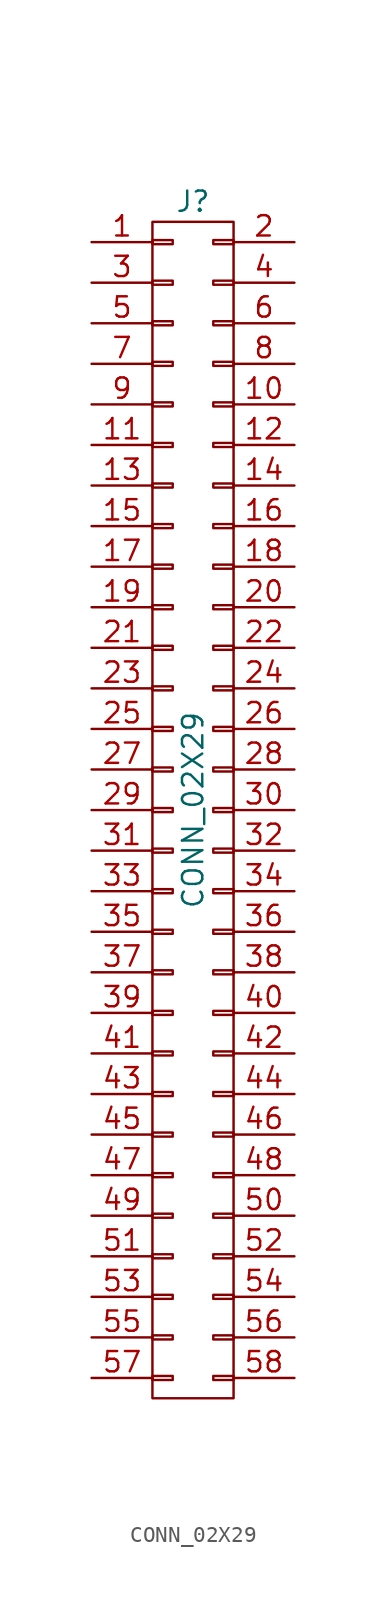
<source format=kicad_sym>
(kicad_symbol_lib
  (version 20211014)
  (generator kicad_symbol_editor)
  (symbol "CONN_02X29"
    (pin_names
      (offset 0.025) hide)
    (property "Reference" "J"
      (at 0 38.1 0)
      (effects (font (size 1.27 1.27))))
    (property "Value" "CONN_02X29"
      (at 0 0 90)
      (effects (font (size 1.27 1.27))))
    (symbol "CONN_02X29_0_1"
      (rectangle (start -2.54 -35.433) (end -1.27 -35.687) (stroke (width 0) (type default) (color 0 0 0 0)) (fill (type none)))
      (rectangle (start -2.54 -32.893) (end -1.27 -33.147) (stroke (width 0) (type default) (color 0 0 0 0)) (fill (type none)))
      (rectangle (start -2.54 -30.353) (end -1.27 -30.607) (stroke (width 0) (type default) (color 0 0 0 0)) (fill (type none)))
      (rectangle (start -2.54 -27.813) (end -1.27 -28.067) (stroke (width 0) (type default) (color 0 0 0 0)) (fill (type none)))
      (rectangle (start -2.54 -25.273) (end -1.27 -25.527) (stroke (width 0) (type default) (color 0 0 0 0)) (fill (type none)))
      (rectangle (start -2.54 -22.733) (end -1.27 -22.987) (stroke (width 0) (type default) (color 0 0 0 0)) (fill (type none)))
      (rectangle (start -2.54 -20.193) (end -1.27 -20.447) (stroke (width 0) (type default) (color 0 0 0 0)) (fill (type none)))
      (rectangle (start -2.54 -17.653) (end -1.27 -17.907) (stroke (width 0) (type default) (color 0 0 0 0)) (fill (type none)))
      (rectangle (start -2.54 -15.113) (end -1.27 -15.367) (stroke (width 0) (type default) (color 0 0 0 0)) (fill (type none)))
      (rectangle (start -2.54 -12.573) (end -1.27 -12.827) (stroke (width 0) (type default) (color 0 0 0 0)) (fill (type none)))
      (rectangle (start -2.54 -10.033) (end -1.27 -10.287) (stroke (width 0) (type default) (color 0 0 0 0)) (fill (type none)))
      (rectangle (start -2.54 -7.493) (end -1.27 -7.747) (stroke (width 0) (type default) (color 0 0 0 0)) (fill (type none)))
      (rectangle (start -2.54 -4.953) (end -1.27 -5.207) (stroke (width 0) (type default) (color 0 0 0 0)) (fill (type none)))
      (rectangle (start -2.54 -2.413) (end -1.27 -2.667) (stroke (width 0) (type default) (color 0 0 0 0)) (fill (type none)))
      (rectangle (start -2.54 0.127) (end -1.27 -0.127) (stroke (width 0) (type default) (color 0 0 0 0)) (fill (type none)))
      (rectangle (start -2.54 2.667) (end -1.27 2.413) (stroke (width 0) (type default) (color 0 0 0 0)) (fill (type none)))
      (rectangle (start -2.54 5.207) (end -1.27 4.953) (stroke (width 0) (type default) (color 0 0 0 0)) (fill (type none)))
      (rectangle (start -2.54 7.747) (end -1.27 7.493) (stroke (width 0) (type default) (color 0 0 0 0)) (fill (type none)))
      (rectangle (start -2.54 10.287) (end -1.27 10.033) (stroke (width 0) (type default) (color 0 0 0 0)) (fill (type none)))
      (rectangle (start -2.54 12.827) (end -1.27 12.573) (stroke (width 0) (type default) (color 0 0 0 0)) (fill (type none)))
      (rectangle (start -2.54 15.367) (end -1.27 15.113) (stroke (width 0) (type default) (color 0 0 0 0)) (fill (type none)))
      (rectangle (start -2.54 17.907) (end -1.27 17.653) (stroke (width 0) (type default) (color 0 0 0 0)) (fill (type none)))
      (rectangle (start -2.54 20.447) (end -1.27 20.193) (stroke (width 0) (type default) (color 0 0 0 0)) (fill (type none)))
      (rectangle (start -2.54 22.987) (end -1.27 22.733) (stroke (width 0) (type default) (color 0 0 0 0)) (fill (type none)))
      (rectangle (start -2.54 25.527) (end -1.27 25.273) (stroke (width 0) (type default) (color 0 0 0 0)) (fill (type none)))
      (rectangle (start -2.54 28.067) (end -1.27 27.813) (stroke (width 0) (type default) (color 0 0 0 0)) (fill (type none)))
      (rectangle (start -2.54 30.607) (end -1.27 30.353) (stroke (width 0) (type default) (color 0 0 0 0)) (fill (type none)))
      (rectangle (start -2.54 33.147) (end -1.27 32.893) (stroke (width 0) (type default) (color 0 0 0 0)) (fill (type none)))
      (rectangle (start -2.54 35.687) (end -1.27 35.433) (stroke (width 0) (type default) (color 0 0 0 0)) (fill (type none)))
      (rectangle (start -2.54 36.83) (end 2.54 -36.83) (stroke (width 0) (type default) (color 0 0 0 0)) (fill (type none)))
      (rectangle (start 1.27 -35.433) (end 2.54 -35.687) (stroke (width 0) (type default) (color 0 0 0 0)) (fill (type none)))
      (rectangle (start 1.27 -32.893) (end 2.54 -33.147) (stroke (width 0) (type default) (color 0 0 0 0)) (fill (type none)))
      (rectangle (start 1.27 -30.353) (end 2.54 -30.607) (stroke (width 0) (type default) (color 0 0 0 0)) (fill (type none)))
      (rectangle (start 1.27 -27.813) (end 2.54 -28.067) (stroke (width 0) (type default) (color 0 0 0 0)) (fill (type none)))
      (rectangle (start 1.27 -25.273) (end 2.54 -25.527) (stroke (width 0) (type default) (color 0 0 0 0)) (fill (type none)))
      (rectangle (start 1.27 -22.733) (end 2.54 -22.987) (stroke (width 0) (type default) (color 0 0 0 0)) (fill (type none)))
      (rectangle (start 1.27 -20.193) (end 2.54 -20.447) (stroke (width 0) (type default) (color 0 0 0 0)) (fill (type none)))
      (rectangle (start 1.27 -17.653) (end 2.54 -17.907) (stroke (width 0) (type default) (color 0 0 0 0)) (fill (type none)))
      (rectangle (start 1.27 -15.113) (end 2.54 -15.367) (stroke (width 0) (type default) (color 0 0 0 0)) (fill (type none)))
      (rectangle (start 1.27 -12.573) (end 2.54 -12.827) (stroke (width 0) (type default) (color 0 0 0 0)) (fill (type none)))
      (rectangle (start 1.27 -10.033) (end 2.54 -10.287) (stroke (width 0) (type default) (color 0 0 0 0)) (fill (type none)))
      (rectangle (start 1.27 -7.493) (end 2.54 -7.747) (stroke (width 0) (type default) (color 0 0 0 0)) (fill (type none)))
      (rectangle (start 1.27 -4.953) (end 2.54 -5.207) (stroke (width 0) (type default) (color 0 0 0 0)) (fill (type none)))
      (rectangle (start 1.27 -2.413) (end 2.54 -2.667) (stroke (width 0) (type default) (color 0 0 0 0)) (fill (type none)))
      (rectangle (start 1.27 0.127) (end 2.54 -0.127) (stroke (width 0) (type default) (color 0 0 0 0)) (fill (type none)))
      (rectangle (start 1.27 2.667) (end 2.54 2.413) (stroke (width 0) (type default) (color 0 0 0 0)) (fill (type none)))
      (rectangle (start 1.27 5.207) (end 2.54 4.953) (stroke (width 0) (type default) (color 0 0 0 0)) (fill (type none)))
      (rectangle (start 1.27 7.747) (end 2.54 7.493) (stroke (width 0) (type default) (color 0 0 0 0)) (fill (type none)))
      (rectangle (start 1.27 10.287) (end 2.54 10.033) (stroke (width 0) (type default) (color 0 0 0 0)) (fill (type none)))
      (rectangle (start 1.27 12.827) (end 2.54 12.573) (stroke (width 0) (type default) (color 0 0 0 0)) (fill (type none)))
      (rectangle (start 1.27 15.367) (end 2.54 15.113) (stroke (width 0) (type default) (color 0 0 0 0)) (fill (type none)))
      (rectangle (start 1.27 17.907) (end 2.54 17.653) (stroke (width 0) (type default) (color 0 0 0 0)) (fill (type none)))
      (rectangle (start 1.27 20.447) (end 2.54 20.193) (stroke (width 0) (type default) (color 0 0 0 0)) (fill (type none)))
      (rectangle (start 1.27 22.987) (end 2.54 22.733) (stroke (width 0) (type default) (color 0 0 0 0)) (fill (type none)))
      (rectangle (start 1.27 25.527) (end 2.54 25.273) (stroke (width 0) (type default) (color 0 0 0 0)) (fill (type none)))
      (rectangle (start 1.27 28.067) (end 2.54 27.813) (stroke (width 0) (type default) (color 0 0 0 0)) (fill (type none)))
      (rectangle (start 1.27 30.607) (end 2.54 30.353) (stroke (width 0) (type default) (color 0 0 0 0)) (fill (type none)))
      (rectangle (start 1.27 33.147) (end 2.54 32.893) (stroke (width 0) (type default) (color 0 0 0 0)) (fill (type none)))
      (rectangle (start 1.27 35.687) (end 2.54 35.433) (stroke (width 0) (type default) (color 0 0 0 0)) (fill (type none))))
    (symbol "CONN_02X29_1_1"
      (pin passive line (at -6.35 35.56 0) (length 3.81) (name "P1" (effects (font (size 1.27 1.27)))) (number "1" (effects (font (size 1.27 1.27)))))
      (pin passive line (at 6.35 25.4 180) (length 3.81) (name "P10" (effects (font (size 1.27 1.27)))) (number "10" (effects (font (size 1.27 1.27)))))
      (pin passive line (at -6.35 22.86 0) (length 3.81) (name "P11" (effects (font (size 1.27 1.27)))) (number "11" (effects (font (size 1.27 1.27)))))
      (pin passive line (at 6.35 22.86 180) (length 3.81) (name "P12" (effects (font (size 1.27 1.27)))) (number "12" (effects (font (size 1.27 1.27)))))
      (pin passive line (at -6.35 20.32 0) (length 3.81) (name "P13" (effects (font (size 1.27 1.27)))) (number "13" (effects (font (size 1.27 1.27)))))
      (pin passive line (at 6.35 20.32 180) (length 3.81) (name "P14" (effects (font (size 1.27 1.27)))) (number "14" (effects (font (size 1.27 1.27)))))
      (pin passive line (at -6.35 17.78 0) (length 3.81) (name "P15" (effects (font (size 1.27 1.27)))) (number "15" (effects (font (size 1.27 1.27)))))
      (pin passive line (at 6.35 17.78 180) (length 3.81) (name "P16" (effects (font (size 1.27 1.27)))) (number "16" (effects (font (size 1.27 1.27)))))
      (pin passive line (at -6.35 15.24 0) (length 3.81) (name "P17" (effects (font (size 1.27 1.27)))) (number "17" (effects (font (size 1.27 1.27)))))
      (pin passive line (at 6.35 15.24 180) (length 3.81) (name "P18" (effects (font (size 1.27 1.27)))) (number "18" (effects (font (size 1.27 1.27)))))
      (pin passive line (at -6.35 12.7 0) (length 3.81) (name "P19" (effects (font (size 1.27 1.27)))) (number "19" (effects (font (size 1.27 1.27)))))
      (pin passive line (at 6.35 35.56 180) (length 3.81) (name "P2" (effects (font (size 1.27 1.27)))) (number "2" (effects (font (size 1.27 1.27)))))
      (pin passive line (at 6.35 12.7 180) (length 3.81) (name "P20" (effects (font (size 1.27 1.27)))) (number "20" (effects (font (size 1.27 1.27)))))
      (pin passive line (at -6.35 10.16 0) (length 3.81) (name "P21" (effects (font (size 1.27 1.27)))) (number "21" (effects (font (size 1.27 1.27)))))
      (pin passive line (at 6.35 10.16 180) (length 3.81) (name "P22" (effects (font (size 1.27 1.27)))) (number "22" (effects (font (size 1.27 1.27)))))
      (pin passive line (at -6.35 7.62 0) (length 3.81) (name "P23" (effects (font (size 1.27 1.27)))) (number "23" (effects (font (size 1.27 1.27)))))
      (pin passive line (at 6.35 7.62 180) (length 3.81) (name "P24" (effects (font (size 1.27 1.27)))) (number "24" (effects (font (size 1.27 1.27)))))
      (pin passive line (at -6.35 5.08 0) (length 3.81) (name "P25" (effects (font (size 1.27 1.27)))) (number "25" (effects (font (size 1.27 1.27)))))
      (pin passive line (at 6.35 5.08 180) (length 3.81) (name "P26" (effects (font (size 1.27 1.27)))) (number "26" (effects (font (size 1.27 1.27)))))
      (pin passive line (at -6.35 2.54 0) (length 3.81) (name "P27" (effects (font (size 1.27 1.27)))) (number "27" (effects (font (size 1.27 1.27)))))
      (pin passive line (at 6.35 2.54 180) (length 3.81) (name "P28" (effects (font (size 1.27 1.27)))) (number "28" (effects (font (size 1.27 1.27)))))
      (pin passive line (at -6.35 0 0) (length 3.81) (name "P29" (effects (font (size 1.27 1.27)))) (number "29" (effects (font (size 1.27 1.27)))))
      (pin passive line (at -6.35 33.02 0) (length 3.81) (name "P3" (effects (font (size 1.27 1.27)))) (number "3" (effects (font (size 1.27 1.27)))))
      (pin passive line (at 6.35 0 180) (length 3.81) (name "P30" (effects (font (size 1.27 1.27)))) (number "30" (effects (font (size 1.27 1.27)))))
      (pin passive line (at -6.35 -2.54 0) (length 3.81) (name "P31" (effects (font (size 1.27 1.27)))) (number "31" (effects (font (size 1.27 1.27)))))
      (pin passive line (at 6.35 -2.54 180) (length 3.81) (name "P32" (effects (font (size 1.27 1.27)))) (number "32" (effects (font (size 1.27 1.27)))))
      (pin passive line (at -6.35 -5.08 0) (length 3.81) (name "P33" (effects (font (size 1.27 1.27)))) (number "33" (effects (font (size 1.27 1.27)))))
      (pin passive line (at 6.35 -5.08 180) (length 3.81) (name "P34" (effects (font (size 1.27 1.27)))) (number "34" (effects (font (size 1.27 1.27)))))
      (pin passive line (at -6.35 -7.62 0) (length 3.81) (name "P35" (effects (font (size 1.27 1.27)))) (number "35" (effects (font (size 1.27 1.27)))))
      (pin passive line (at 6.35 -7.62 180) (length 3.81) (name "P36" (effects (font (size 1.27 1.27)))) (number "36" (effects (font (size 1.27 1.27)))))
      (pin passive line (at -6.35 -10.16 0) (length 3.81) (name "P37" (effects (font (size 1.27 1.27)))) (number "37" (effects (font (size 1.27 1.27)))))
      (pin passive line (at 6.35 -10.16 180) (length 3.81) (name "P38" (effects (font (size 1.27 1.27)))) (number "38" (effects (font (size 1.27 1.27)))))
      (pin passive line (at -6.35 -12.7 0) (length 3.81) (name "P39" (effects (font (size 1.27 1.27)))) (number "39" (effects (font (size 1.27 1.27)))))
      (pin passive line (at 6.35 33.02 180) (length 3.81) (name "P4" (effects (font (size 1.27 1.27)))) (number "4" (effects (font (size 1.27 1.27)))))
      (pin passive line (at 6.35 -12.7 180) (length 3.81) (name "P40" (effects (font (size 1.27 1.27)))) (number "40" (effects (font (size 1.27 1.27)))))
      (pin passive line (at -6.35 -15.24 0) (length 3.81) (name "P41" (effects (font (size 1.27 1.27)))) (number "41" (effects (font (size 1.27 1.27)))))
      (pin passive line (at 6.35 -15.24 180) (length 3.81) (name "P42" (effects (font (size 1.27 1.27)))) (number "42" (effects (font (size 1.27 1.27)))))
      (pin passive line (at -6.35 -17.78 0) (length 3.81) (name "P43" (effects (font (size 1.27 1.27)))) (number "43" (effects (font (size 1.27 1.27)))))
      (pin passive line (at 6.35 -17.78 180) (length 3.81) (name "P44" (effects (font (size 1.27 1.27)))) (number "44" (effects (font (size 1.27 1.27)))))
      (pin passive line (at -6.35 -20.32 0) (length 3.81) (name "P45" (effects (font (size 1.27 1.27)))) (number "45" (effects (font (size 1.27 1.27)))))
      (pin passive line (at 6.35 -20.32 180) (length 3.81) (name "P46" (effects (font (size 1.27 1.27)))) (number "46" (effects (font (size 1.27 1.27)))))
      (pin passive line (at -6.35 -22.86 0) (length 3.81) (name "P47" (effects (font (size 1.27 1.27)))) (number "47" (effects (font (size 1.27 1.27)))))
      (pin passive line (at 6.35 -22.86 180) (length 3.81) (name "P48" (effects (font (size 1.27 1.27)))) (number "48" (effects (font (size 1.27 1.27)))))
      (pin passive line (at -6.35 -25.4 0) (length 3.81) (name "P49" (effects (font (size 1.27 1.27)))) (number "49" (effects (font (size 1.27 1.27)))))
      (pin passive line (at -6.35 30.48 0) (length 3.81) (name "P5" (effects (font (size 1.27 1.27)))) (number "5" (effects (font (size 1.27 1.27)))))
      (pin passive line (at 6.35 -25.4 180) (length 3.81) (name "P50" (effects (font (size 1.27 1.27)))) (number "50" (effects (font (size 1.27 1.27)))))
      (pin passive line (at -6.35 -27.94 0) (length 3.81) (name "P51" (effects (font (size 1.27 1.27)))) (number "51" (effects (font (size 1.27 1.27)))))
      (pin passive line (at 6.35 -27.94 180) (length 3.81) (name "P52" (effects (font (size 1.27 1.27)))) (number "52" (effects (font (size 1.27 1.27)))))
      (pin passive line (at -6.35 -30.48 0) (length 3.81) (name "P53" (effects (font (size 1.27 1.27)))) (number "53" (effects (font (size 1.27 1.27)))))
      (pin passive line (at 6.35 -30.48 180) (length 3.81) (name "P54" (effects (font (size 1.27 1.27)))) (number "54" (effects (font (size 1.27 1.27)))))
      (pin passive line (at -6.35 -33.02 0) (length 3.81) (name "P55" (effects (font (size 1.27 1.27)))) (number "55" (effects (font (size 1.27 1.27)))))
      (pin passive line (at 6.35 -33.02 180) (length 3.81) (name "P56" (effects (font (size 1.27 1.27)))) (number "56" (effects (font (size 1.27 1.27)))))
      (pin passive line (at -6.35 -35.56 0) (length 3.81) (name "P57" (effects (font (size 1.27 1.27)))) (number "57" (effects (font (size 1.27 1.27)))))
      (pin passive line (at 6.35 -35.56 180) (length 3.81) (name "P58" (effects (font (size 1.27 1.27)))) (number "58" (effects (font (size 1.27 1.27)))))
      (pin passive line (at 6.35 30.48 180) (length 3.81) (name "P6" (effects (font (size 1.27 1.27)))) (number "6" (effects (font (size 1.27 1.27)))))
      (pin passive line (at -6.35 27.94 0) (length 3.81) (name "P7" (effects (font (size 1.27 1.27)))) (number "7" (effects (font (size 1.27 1.27)))))
      (pin passive line (at 6.35 27.94 180) (length 3.81) (name "P8" (effects (font (size 1.27 1.27)))) (number "8" (effects (font (size 1.27 1.27)))))
      (pin passive line (at -6.35 25.4 0) (length 3.81) (name "P9" (effects (font (size 1.27 1.27)))) (number "9" (effects (font (size 1.27 1.27))))))))
</source>
